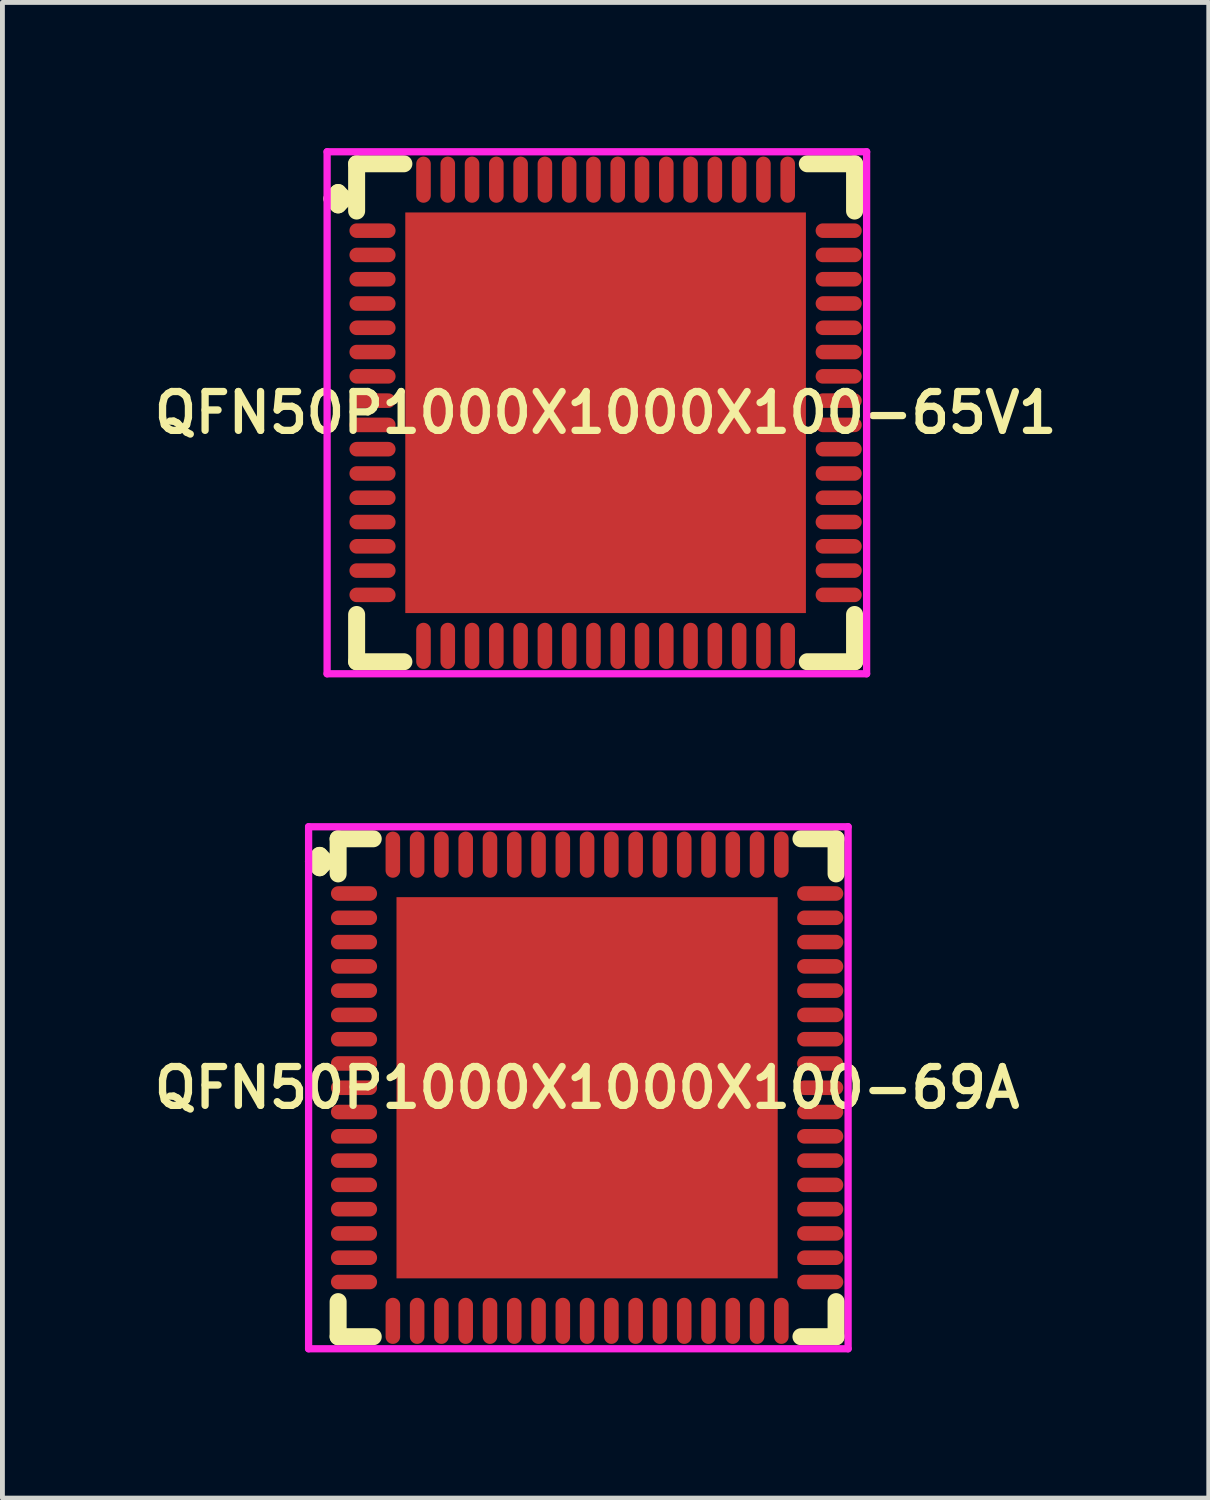
<source format=kicad_pcb>
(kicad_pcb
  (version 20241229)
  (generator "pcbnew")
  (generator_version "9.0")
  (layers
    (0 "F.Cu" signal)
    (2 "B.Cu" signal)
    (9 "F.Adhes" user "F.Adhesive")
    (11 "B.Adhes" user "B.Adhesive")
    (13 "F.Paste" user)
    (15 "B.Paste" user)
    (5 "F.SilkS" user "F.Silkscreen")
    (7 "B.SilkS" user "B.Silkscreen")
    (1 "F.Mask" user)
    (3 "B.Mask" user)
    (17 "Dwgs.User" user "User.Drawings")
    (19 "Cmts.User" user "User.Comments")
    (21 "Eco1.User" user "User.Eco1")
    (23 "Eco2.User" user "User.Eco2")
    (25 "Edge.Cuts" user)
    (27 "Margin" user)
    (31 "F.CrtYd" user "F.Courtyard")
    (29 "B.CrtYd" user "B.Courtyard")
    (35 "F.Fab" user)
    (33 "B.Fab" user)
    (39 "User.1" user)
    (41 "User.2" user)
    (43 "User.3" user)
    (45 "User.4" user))
  (footprint "QFN50P1000X1000X100-65V1"
    (layer "F.Cu")
    (at 9.421 5.45)
    (property "Reference" "QFN50P1000X1000X100-65V1" (at 0 0 0) (layer "F.SilkS") (effects (font (size 0.8 0.8) (thickness 0.15))))
    (attr through_hole)
    (fp_line (start -5.635 -4.408) (end -5.508 -4.535) (stroke (width 0.35) (type solid)) (layer "F.SilkS"))
    (fp_line (start -5.508 -4.535) (end -5.381 -4.408) (stroke (width 0.35) (type solid)) (layer "F.SilkS"))
    (fp_line (start -5.508 -4.281) (end -5.635 -4.408) (stroke (width 0.35) (type solid)) (layer "F.SilkS"))
    (fp_line (start -5.381 -4.408) (end -5.508 -4.281) (stroke (width 0.35) (type solid)) (layer "F.SilkS"))
    (fp_line (start -5.127 -5.127) (end -4.154 -5.127) (stroke (width 0.35) (type solid)) (layer "F.SilkS"))
    (fp_line (start -5.127 -4.154) (end -5.127 -5.127) (stroke (width 0.35) (type solid)) (layer "F.SilkS"))
    (fp_line (start -5.127 4.154) (end -5.127 5.127) (stroke (width 0.35) (type solid)) (layer "F.SilkS"))
    (fp_line (start -5.127 5.127) (end -4.154 5.127) (stroke (width 0.35) (type solid)) (layer "F.SilkS"))
    (fp_line (start 4.154 -5.127) (end 5.127 -5.127) (stroke (width 0.35) (type solid)) (layer "F.SilkS"))
    (fp_line (start 4.154 5.127) (end 5.127 5.127) (stroke (width 0.35) (type solid)) (layer "F.SilkS"))
    (fp_line (start 5.127 -5.127) (end 5.127 -4.154) (stroke (width 0.35) (type solid)) (layer "F.SilkS"))
    (fp_line (start 5.127 5.127) (end 5.127 4.154) (stroke (width 0.35) (type solid)) (layer "F.SilkS"))
    (fp_line (start -5.735 -5.375) (end 5.375 -5.375) (stroke (width 0.15) (type solid)) (layer "F.CrtYd"))
    (fp_line (start -5.735 5.375) (end -5.735 -5.375) (stroke (width 0.15) (type solid)) (layer "F.CrtYd"))
    (fp_line (start 5.375 -5.375) (end 5.375 5.375) (stroke (width 0.15) (type solid)) (layer "F.CrtYd"))
    (fp_line (start 5.375 5.375) (end -5.735 5.375) (stroke (width 0.15) (type solid)) (layer "F.CrtYd"))
    (pad "1" smd oval (at -4.8 -3.75) (size 0.95 0.3) (layers "F.Cu" "F.Mask" "F.Paste"))
    (pad "2" smd oval (at -4.8 -3.25) (size 0.95 0.3) (layers "F.Cu" "F.Mask" "F.Paste"))
    (pad "3" smd oval (at -4.8 -2.75) (size 0.95 0.3) (layers "F.Cu" "F.Mask" "F.Paste"))
    (pad "4" smd oval (at -4.8 -2.25) (size 0.95 0.3) (layers "F.Cu" "F.Mask" "F.Paste"))
    (pad "5" smd oval (at -4.8 -1.75) (size 0.95 0.3) (layers "F.Cu" "F.Mask" "F.Paste"))
    (pad "6" smd oval (at -4.8 -1.25) (size 0.95 0.3) (layers "F.Cu" "F.Mask" "F.Paste"))
    (pad "7" smd oval (at -4.8 -0.75) (size 0.95 0.3) (layers "F.Cu" "F.Mask" "F.Paste"))
    (pad "8" smd oval (at -4.8 -0.25) (size 0.95 0.3) (layers "F.Cu" "F.Mask" "F.Paste"))
    (pad "9" smd oval (at -4.8 0.25) (size 0.95 0.3) (layers "F.Cu" "F.Mask" "F.Paste"))
    (pad "10" smd oval (at -4.8 0.75) (size 0.95 0.3) (layers "F.Cu" "F.Mask" "F.Paste"))
    (pad "11" smd oval (at -4.8 1.25) (size 0.95 0.3) (layers "F.Cu" "F.Mask" "F.Paste"))
    (pad "12" smd oval (at -4.8 1.75) (size 0.95 0.3) (layers "F.Cu" "F.Mask" "F.Paste"))
    (pad "13" smd oval (at -4.8 2.25) (size 0.95 0.3) (layers "F.Cu" "F.Mask" "F.Paste"))
    (pad "14" smd oval (at -4.8 2.75) (size 0.95 0.3) (layers "F.Cu" "F.Mask" "F.Paste"))
    (pad "15" smd oval (at -4.8 3.25) (size 0.95 0.3) (layers "F.Cu" "F.Mask" "F.Paste"))
    (pad "16" smd oval (at -4.8 3.75) (size 0.95 0.3) (layers "F.Cu" "F.Mask" "F.Paste"))
    (pad "17" smd oval (at -3.75 4.8) (size 0.3 0.95) (layers "F.Cu" "F.Mask" "F.Paste"))
    (pad "18" smd oval (at -3.25 4.8) (size 0.3 0.95) (layers "F.Cu" "F.Mask" "F.Paste"))
    (pad "19" smd oval (at -2.75 4.8) (size 0.3 0.95) (layers "F.Cu" "F.Mask" "F.Paste"))
    (pad "20" smd oval (at -2.25 4.8) (size 0.3 0.95) (layers "F.Cu" "F.Mask" "F.Paste"))
    (pad "21" smd oval (at -1.75 4.8) (size 0.3 0.95) (layers "F.Cu" "F.Mask" "F.Paste"))
    (pad "22" smd oval (at -1.25 4.8) (size 0.3 0.95) (layers "F.Cu" "F.Mask" "F.Paste"))
    (pad "23" smd oval (at -0.75 4.8) (size 0.3 0.95) (layers "F.Cu" "F.Mask" "F.Paste"))
    (pad "24" smd oval (at -0.25 4.8) (size 0.3 0.95) (layers "F.Cu" "F.Mask" "F.Paste"))
    (pad "25" smd oval (at 0.25 4.8) (size 0.3 0.95) (layers "F.Cu" "F.Mask" "F.Paste"))
    (pad "26" smd oval (at 0.75 4.8) (size 0.3 0.95) (layers "F.Cu" "F.Mask" "F.Paste"))
    (pad "27" smd oval (at 1.25 4.8) (size 0.3 0.95) (layers "F.Cu" "F.Mask" "F.Paste"))
    (pad "28" smd oval (at 1.75 4.8) (size 0.3 0.95) (layers "F.Cu" "F.Mask" "F.Paste"))
    (pad "29" smd oval (at 2.25 4.8) (size 0.3 0.95) (layers "F.Cu" "F.Mask" "F.Paste"))
    (pad "30" smd oval (at 2.75 4.8) (size 0.3 0.95) (layers "F.Cu" "F.Mask" "F.Paste"))
    (pad "31" smd oval (at 3.25 4.8) (size 0.3 0.95) (layers "F.Cu" "F.Mask" "F.Paste"))
    (pad "32" smd oval (at 3.75 4.8) (size 0.3 0.95) (layers "F.Cu" "F.Mask" "F.Paste"))
    (pad "33" smd oval (at 4.8 3.75) (size 0.95 0.3) (layers "F.Cu" "F.Mask" "F.Paste"))
    (pad "34" smd oval (at 4.8 3.25) (size 0.95 0.3) (layers "F.Cu" "F.Mask" "F.Paste"))
    (pad "35" smd oval (at 4.8 2.75) (size 0.95 0.3) (layers "F.Cu" "F.Mask" "F.Paste"))
    (pad "36" smd oval (at 4.8 2.25) (size 0.95 0.3) (layers "F.Cu" "F.Mask" "F.Paste"))
    (pad "37" smd oval (at 4.8 1.75) (size 0.95 0.3) (layers "F.Cu" "F.Mask" "F.Paste"))
    (pad "38" smd oval (at 4.8 1.25) (size 0.95 0.3) (layers "F.Cu" "F.Mask" "F.Paste"))
    (pad "39" smd oval (at 4.8 0.75) (size 0.95 0.3) (layers "F.Cu" "F.Mask" "F.Paste"))
    (pad "40" smd oval (at 4.8 0.25) (size 0.95 0.3) (layers "F.Cu" "F.Mask" "F.Paste"))
    (pad "41" smd oval (at 4.8 -0.25) (size 0.95 0.3) (layers "F.Cu" "F.Mask" "F.Paste"))
    (pad "42" smd oval (at 4.8 -0.75) (size 0.95 0.3) (layers "F.Cu" "F.Mask" "F.Paste"))
    (pad "43" smd oval (at 4.8 -1.25) (size 0.95 0.3) (layers "F.Cu" "F.Mask" "F.Paste"))
    (pad "44" smd oval (at 4.8 -1.75) (size 0.95 0.3) (layers "F.Cu" "F.Mask" "F.Paste"))
    (pad "45" smd oval (at 4.8 -2.25) (size 0.95 0.3) (layers "F.Cu" "F.Mask" "F.Paste"))
    (pad "46" smd oval (at 4.8 -2.75) (size 0.95 0.3) (layers "F.Cu" "F.Mask" "F.Paste"))
    (pad "47" smd oval (at 4.8 -3.25) (size 0.95 0.3) (layers "F.Cu" "F.Mask" "F.Paste"))
    (pad "48" smd oval (at 4.8 -3.75) (size 0.95 0.3) (layers "F.Cu" "F.Mask" "F.Paste"))
    (pad "49" smd oval (at 3.75 -4.8) (size 0.3 0.95) (layers "F.Cu" "F.Mask" "F.Paste"))
    (pad "50" smd oval (at 3.25 -4.8) (size 0.3 0.95) (layers "F.Cu" "F.Mask" "F.Paste"))
    (pad "51" smd oval (at 2.75 -4.8) (size 0.3 0.95) (layers "F.Cu" "F.Mask" "F.Paste"))
    (pad "52" smd oval (at 2.25 -4.8) (size 0.3 0.95) (layers "F.Cu" "F.Mask" "F.Paste"))
    (pad "53" smd oval (at 1.75 -4.8) (size 0.3 0.95) (layers "F.Cu" "F.Mask" "F.Paste"))
    (pad "54" smd oval (at 1.25 -4.8) (size 0.3 0.95) (layers "F.Cu" "F.Mask" "F.Paste"))
    (pad "55" smd oval (at 0.75 -4.8) (size 0.3 0.95) (layers "F.Cu" "F.Mask" "F.Paste"))
    (pad "56" smd oval (at 0.25 -4.8) (size 0.3 0.95) (layers "F.Cu" "F.Mask" "F.Paste"))
    (pad "57" smd oval (at -0.25 -4.8) (size 0.3 0.95) (layers "F.Cu" "F.Mask" "F.Paste"))
    (pad "58" smd oval (at -0.75 -4.8) (size 0.3 0.95) (layers "F.Cu" "F.Mask" "F.Paste"))
    (pad "59" smd oval (at -1.25 -4.8) (size 0.3 0.95) (layers "F.Cu" "F.Mask" "F.Paste"))
    (pad "60" smd oval (at -1.75 -4.8) (size 0.3 0.95) (layers "F.Cu" "F.Mask" "F.Paste"))
    (pad "61" smd oval (at -2.25 -4.8) (size 0.3 0.95) (layers "F.Cu" "F.Mask" "F.Paste"))
    (pad "62" smd oval (at -2.75 -4.8) (size 0.3 0.95) (layers "F.Cu" "F.Mask" "F.Paste"))
    (pad "63" smd oval (at -3.25 -4.8) (size 0.3 0.95) (layers "F.Cu" "F.Mask" "F.Paste"))
    (pad "64" smd oval (at -3.75 -4.8) (size 0.3 0.95) (layers "F.Cu" "F.Mask" "F.Paste"))
    (pad "65" smd rect (at 0 0) (size 8.25 8.25) (layers "F.Cu" "F.Mask" "F.Paste")))
  (footprint "QFN50P1000X1000X100-69A"
    (layer "F.Cu")
    (at 9.04 19.35)
    (property "Reference" "QFN50P1000X1000X100-69A" (at 0 0 0) (layer "F.SilkS") (effects (font (size 0.8 0.8) (thickness 0.15))))
    (attr through_hole)
    (fp_line (start -5.635 -4.658) (end -5.508 -4.785) (stroke (width 0.35) (type solid)) (layer "F.SilkS"))
    (fp_line (start -5.508 -4.785) (end -5.381 -4.658) (stroke (width 0.35) (type solid)) (layer "F.SilkS"))
    (fp_line (start -5.508 -4.531) (end -5.635 -4.658) (stroke (width 0.35) (type solid)) (layer "F.SilkS"))
    (fp_line (start -5.381 -4.658) (end -5.508 -4.531) (stroke (width 0.35) (type solid)) (layer "F.SilkS"))
    (fp_line (start -5.127 -5.127) (end -4.404 -5.127) (stroke (width 0.35) (type solid)) (layer "F.SilkS"))
    (fp_line (start -5.127 -4.404) (end -5.127 -5.127) (stroke (width 0.35) (type solid)) (layer "F.SilkS"))
    (fp_line (start -5.127 4.404) (end -5.127 5.127) (stroke (width 0.35) (type solid)) (layer "F.SilkS"))
    (fp_line (start -5.127 5.127) (end -4.404 5.127) (stroke (width 0.35) (type solid)) (layer "F.SilkS"))
    (fp_line (start 4.404 -5.127) (end 5.127 -5.127) (stroke (width 0.35) (type solid)) (layer "F.SilkS"))
    (fp_line (start 4.404 5.127) (end 5.127 5.127) (stroke (width 0.35) (type solid)) (layer "F.SilkS"))
    (fp_line (start 5.127 -5.127) (end 5.127 -4.404) (stroke (width 0.35) (type solid)) (layer "F.SilkS"))
    (fp_line (start 5.127 5.127) (end 5.127 4.404) (stroke (width 0.35) (type solid)) (layer "F.SilkS"))
    (fp_line (start -5.735 -5.375) (end 5.375 -5.375) (stroke (width 0.15) (type solid)) (layer "F.CrtYd"))
    (fp_line (start -5.735 5.375) (end -5.735 -5.375) (stroke (width 0.15) (type solid)) (layer "F.CrtYd"))
    (fp_line (start 5.375 -5.375) (end 5.375 5.375) (stroke (width 0.15) (type solid)) (layer "F.CrtYd"))
    (fp_line (start 5.375 5.375) (end -5.735 5.375) (stroke (width 0.15) (type solid)) (layer "F.CrtYd"))
    (pad "1" smd oval (at -4.8 -4) (size 0.95 0.3) (layers "F.Cu" "F.Mask" "F.Paste"))
    (pad "2" smd oval (at -4.8 -3.5) (size 0.95 0.3) (layers "F.Cu" "F.Mask" "F.Paste"))
    (pad "3" smd oval (at -4.8 -3) (size 0.95 0.3) (layers "F.Cu" "F.Mask" "F.Paste"))
    (pad "4" smd oval (at -4.8 -2.5) (size 0.95 0.3) (layers "F.Cu" "F.Mask" "F.Paste"))
    (pad "5" smd oval (at -4.8 -2) (size 0.95 0.3) (layers "F.Cu" "F.Mask" "F.Paste"))
    (pad "6" smd oval (at -4.8 -1.5) (size 0.95 0.3) (layers "F.Cu" "F.Mask" "F.Paste"))
    (pad "7" smd oval (at -4.8 -1) (size 0.95 0.3) (layers "F.Cu" "F.Mask" "F.Paste"))
    (pad "8" smd oval (at -4.8 -0.5) (size 0.95 0.3) (layers "F.Cu" "F.Mask" "F.Paste"))
    (pad "9" smd oval (at -4.8 0) (size 0.95 0.3) (layers "F.Cu" "F.Mask" "F.Paste"))
    (pad "10" smd oval (at -4.8 0.5) (size 0.95 0.3) (layers "F.Cu" "F.Mask" "F.Paste"))
    (pad "11" smd oval (at -4.8 1) (size 0.95 0.3) (layers "F.Cu" "F.Mask" "F.Paste"))
    (pad "12" smd oval (at -4.8 1.5) (size 0.95 0.3) (layers "F.Cu" "F.Mask" "F.Paste"))
    (pad "13" smd oval (at -4.8 2) (size 0.95 0.3) (layers "F.Cu" "F.Mask" "F.Paste"))
    (pad "14" smd oval (at -4.8 2.5) (size 0.95 0.3) (layers "F.Cu" "F.Mask" "F.Paste"))
    (pad "15" smd oval (at -4.8 3) (size 0.95 0.3) (layers "F.Cu" "F.Mask" "F.Paste"))
    (pad "16" smd oval (at -4.8 3.5) (size 0.95 0.3) (layers "F.Cu" "F.Mask" "F.Paste"))
    (pad "17" smd oval (at -4.8 4) (size 0.95 0.3) (layers "F.Cu" "F.Mask" "F.Paste"))
    (pad "18" smd oval (at -4 4.8) (size 0.3 0.95) (layers "F.Cu" "F.Mask" "F.Paste"))
    (pad "19" smd oval (at -3.5 4.8) (size 0.3 0.95) (layers "F.Cu" "F.Mask" "F.Paste"))
    (pad "20" smd oval (at -3 4.8) (size 0.3 0.95) (layers "F.Cu" "F.Mask" "F.Paste"))
    (pad "21" smd oval (at -2.5 4.8) (size 0.3 0.95) (layers "F.Cu" "F.Mask" "F.Paste"))
    (pad "22" smd oval (at -2 4.8) (size 0.3 0.95) (layers "F.Cu" "F.Mask" "F.Paste"))
    (pad "23" smd oval (at -1.5 4.8) (size 0.3 0.95) (layers "F.Cu" "F.Mask" "F.Paste"))
    (pad "24" smd oval (at -1 4.8) (size 0.3 0.95) (layers "F.Cu" "F.Mask" "F.Paste"))
    (pad "25" smd oval (at -0.5 4.8) (size 0.3 0.95) (layers "F.Cu" "F.Mask" "F.Paste"))
    (pad "26" smd oval (at 0 4.8) (size 0.3 0.95) (layers "F.Cu" "F.Mask" "F.Paste"))
    (pad "27" smd oval (at 0.5 4.8) (size 0.3 0.95) (layers "F.Cu" "F.Mask" "F.Paste"))
    (pad "28" smd oval (at 1 4.8) (size 0.3 0.95) (layers "F.Cu" "F.Mask" "F.Paste"))
    (pad "29" smd oval (at 1.5 4.8) (size 0.3 0.95) (layers "F.Cu" "F.Mask" "F.Paste"))
    (pad "30" smd oval (at 2 4.8) (size 0.3 0.95) (layers "F.Cu" "F.Mask" "F.Paste"))
    (pad "31" smd oval (at 2.5 4.8) (size 0.3 0.95) (layers "F.Cu" "F.Mask" "F.Paste"))
    (pad "32" smd oval (at 3 4.8) (size 0.3 0.95) (layers "F.Cu" "F.Mask" "F.Paste"))
    (pad "33" smd oval (at 3.5 4.8) (size 0.3 0.95) (layers "F.Cu" "F.Mask" "F.Paste"))
    (pad "34" smd oval (at 4 4.8) (size 0.3 0.95) (layers "F.Cu" "F.Mask" "F.Paste"))
    (pad "35" smd oval (at 4.8 4) (size 0.95 0.3) (layers "F.Cu" "F.Mask" "F.Paste"))
    (pad "36" smd oval (at 4.8 3.5) (size 0.95 0.3) (layers "F.Cu" "F.Mask" "F.Paste"))
    (pad "37" smd oval (at 4.8 3) (size 0.95 0.3) (layers "F.Cu" "F.Mask" "F.Paste"))
    (pad "38" smd oval (at 4.8 2.5) (size 0.95 0.3) (layers "F.Cu" "F.Mask" "F.Paste"))
    (pad "39" smd oval (at 4.8 2) (size 0.95 0.3) (layers "F.Cu" "F.Mask" "F.Paste"))
    (pad "40" smd oval (at 4.8 1.5) (size 0.95 0.3) (layers "F.Cu" "F.Mask" "F.Paste"))
    (pad "41" smd oval (at 4.8 1) (size 0.95 0.3) (layers "F.Cu" "F.Mask" "F.Paste"))
    (pad "42" smd oval (at 4.8 0.5) (size 0.95 0.3) (layers "F.Cu" "F.Mask" "F.Paste"))
    (pad "43" smd oval (at 4.8 0) (size 0.95 0.3) (layers "F.Cu" "F.Mask" "F.Paste"))
    (pad "44" smd oval (at 4.8 -0.5) (size 0.95 0.3) (layers "F.Cu" "F.Mask" "F.Paste"))
    (pad "45" smd oval (at 4.8 -1) (size 0.95 0.3) (layers "F.Cu" "F.Mask" "F.Paste"))
    (pad "46" smd oval (at 4.8 -1.5) (size 0.95 0.3) (layers "F.Cu" "F.Mask" "F.Paste"))
    (pad "47" smd oval (at 4.8 -2) (size 0.95 0.3) (layers "F.Cu" "F.Mask" "F.Paste"))
    (pad "48" smd oval (at 4.8 -2.5) (size 0.95 0.3) (layers "F.Cu" "F.Mask" "F.Paste"))
    (pad "49" smd oval (at 4.8 -3) (size 0.95 0.3) (layers "F.Cu" "F.Mask" "F.Paste"))
    (pad "50" smd oval (at 4.8 -3.5) (size 0.95 0.3) (layers "F.Cu" "F.Mask" "F.Paste"))
    (pad "51" smd oval (at 4.8 -4) (size 0.95 0.3) (layers "F.Cu" "F.Mask" "F.Paste"))
    (pad "52" smd oval (at 4 -4.8) (size 0.3 0.95) (layers "F.Cu" "F.Mask" "F.Paste"))
    (pad "53" smd oval (at 3.5 -4.8) (size 0.3 0.95) (layers "F.Cu" "F.Mask" "F.Paste"))
    (pad "54" smd oval (at 3 -4.8) (size 0.3 0.95) (layers "F.Cu" "F.Mask" "F.Paste"))
    (pad "55" smd oval (at 2.5 -4.8) (size 0.3 0.95) (layers "F.Cu" "F.Mask" "F.Paste"))
    (pad "56" smd oval (at 2 -4.8) (size 0.3 0.95) (layers "F.Cu" "F.Mask" "F.Paste"))
    (pad "57" smd oval (at 1.5 -4.8) (size 0.3 0.95) (layers "F.Cu" "F.Mask" "F.Paste"))
    (pad "58" smd oval (at 1 -4.8) (size 0.3 0.95) (layers "F.Cu" "F.Mask" "F.Paste"))
    (pad "59" smd oval (at 0.5 -4.8) (size 0.3 0.95) (layers "F.Cu" "F.Mask" "F.Paste"))
    (pad "60" smd oval (at 0 -4.8) (size 0.3 0.95) (layers "F.Cu" "F.Mask" "F.Paste"))
    (pad "61" smd oval (at -0.5 -4.8) (size 0.3 0.95) (layers "F.Cu" "F.Mask" "F.Paste"))
    (pad "62" smd oval (at -1 -4.8) (size 0.3 0.95) (layers "F.Cu" "F.Mask" "F.Paste"))
    (pad "63" smd oval (at -1.5 -4.8) (size 0.3 0.95) (layers "F.Cu" "F.Mask" "F.Paste"))
    (pad "64" smd oval (at -2 -4.8) (size 0.3 0.95) (layers "F.Cu" "F.Mask" "F.Paste"))
    (pad "65" smd oval (at -2.5 -4.8) (size 0.3 0.95) (layers "F.Cu" "F.Mask" "F.Paste"))
    (pad "66" smd oval (at -3 -4.8) (size 0.3 0.95) (layers "F.Cu" "F.Mask" "F.Paste"))
    (pad "67" smd oval (at -3.5 -4.8) (size 0.3 0.95) (layers "F.Cu" "F.Mask" "F.Paste"))
    (pad "68" smd oval (at -4 -4.8) (size 0.3 0.95) (layers "F.Cu" "F.Mask" "F.Paste"))
    (pad "69" smd rect (at 0 0) (size 7.85 7.85) (layers "F.Cu" "F.Mask" "F.Paste")))
  (gr_rect
    (start -3 -3)
    (end 21.842 27.8)
    (stroke (width 0.1) (type default))
    (fill no)
    (layer "Edge.Cuts")))
</source>
